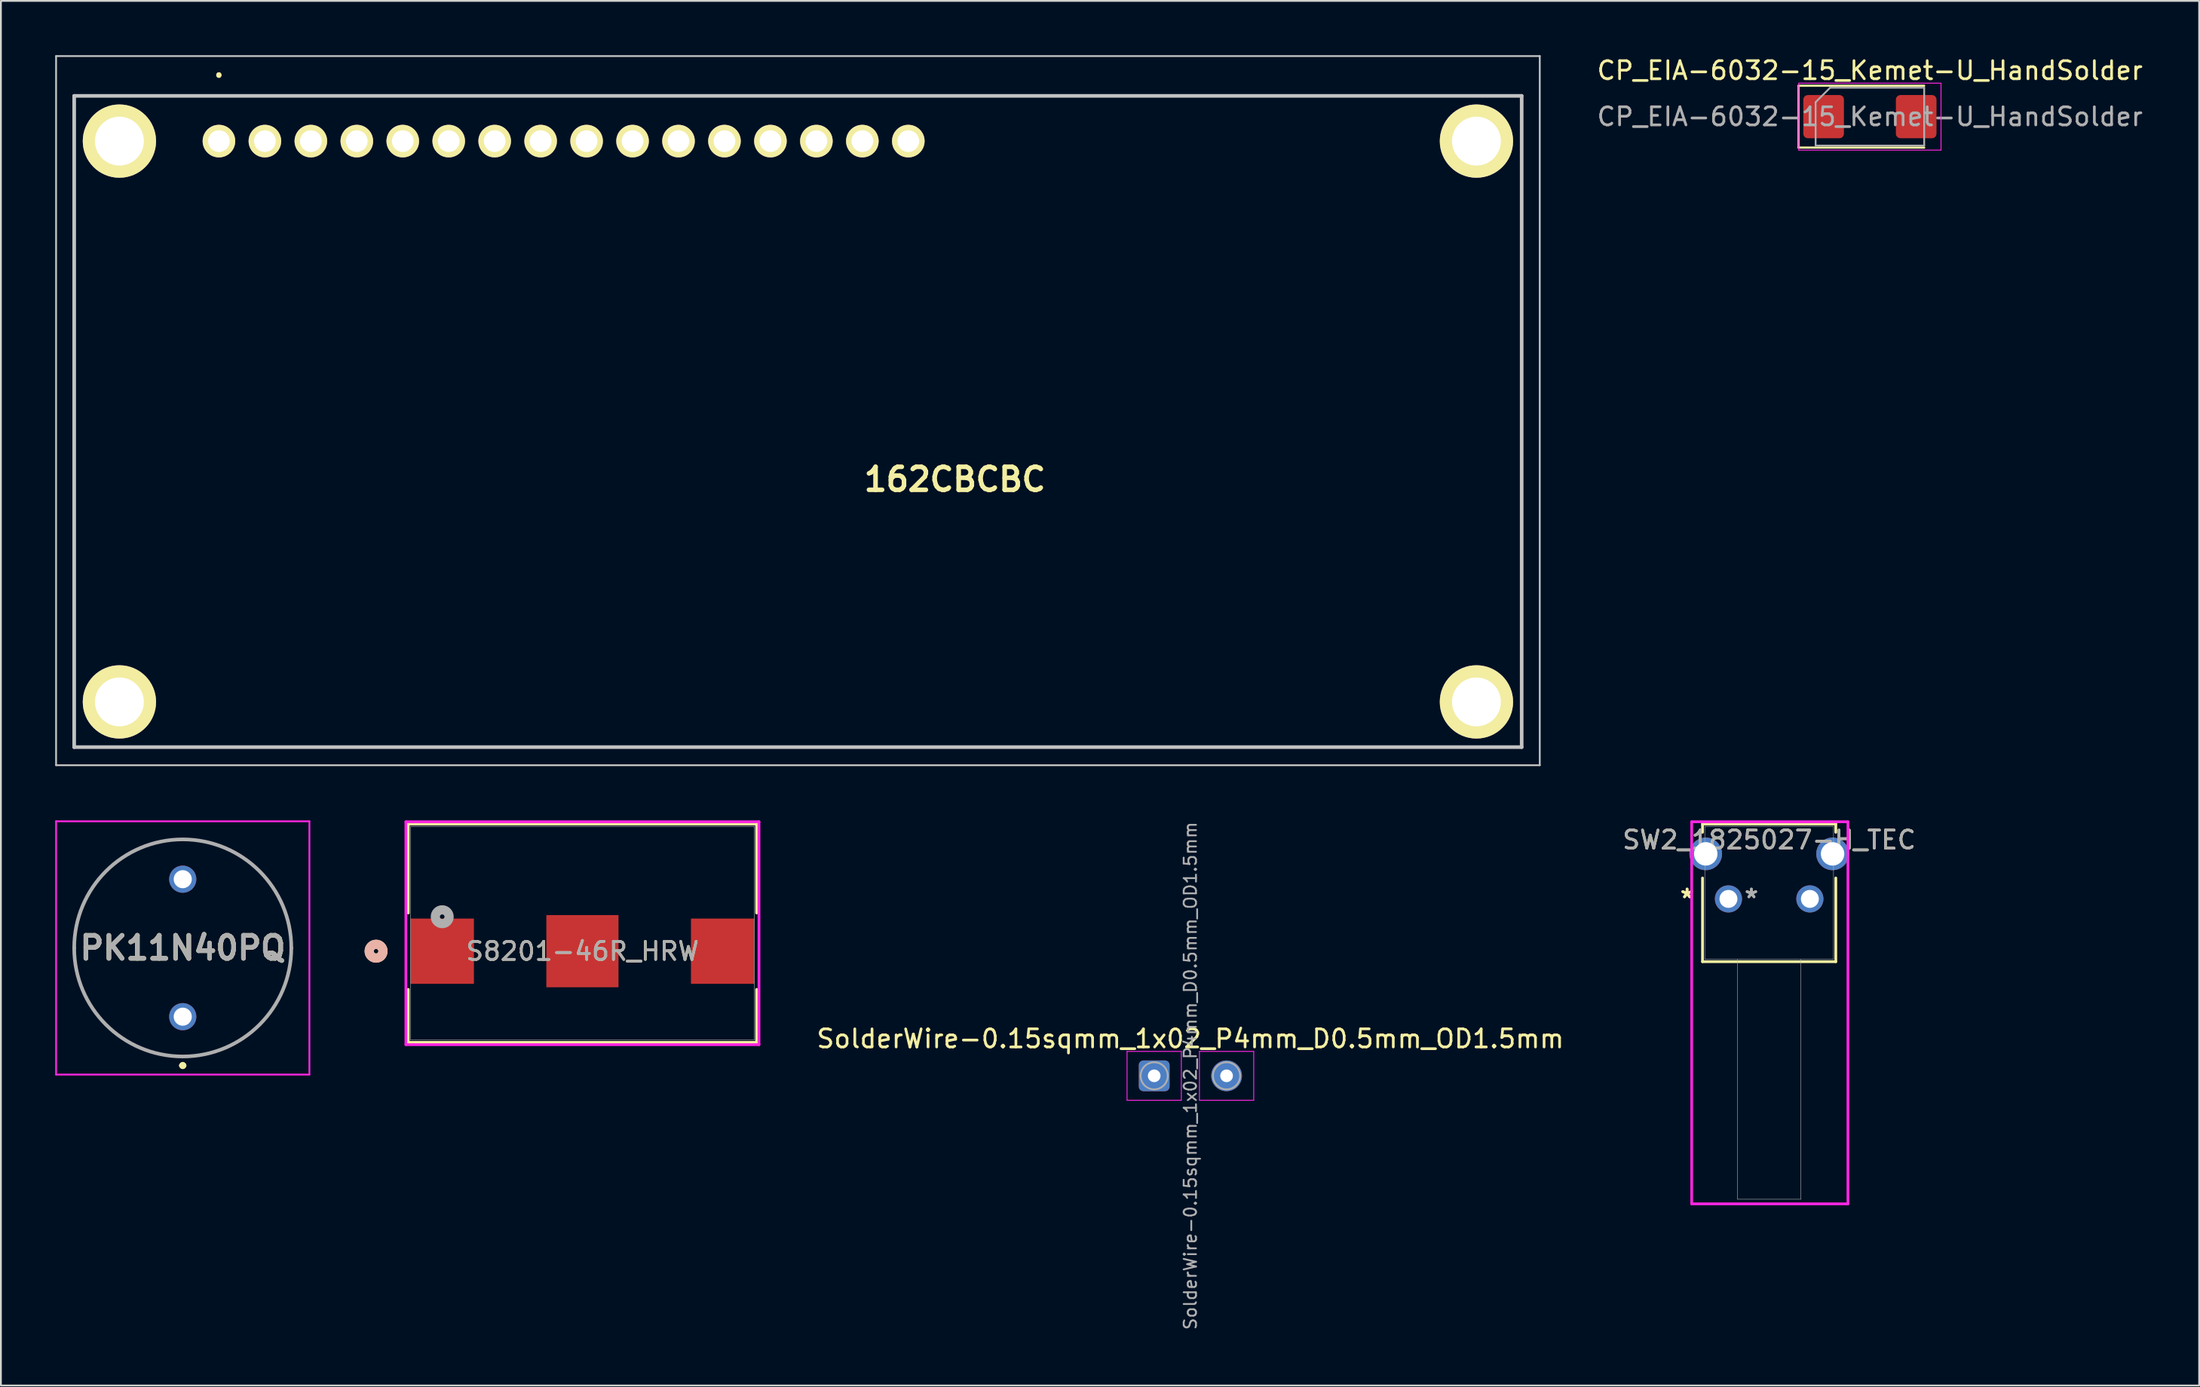
<source format=kicad_pcb>
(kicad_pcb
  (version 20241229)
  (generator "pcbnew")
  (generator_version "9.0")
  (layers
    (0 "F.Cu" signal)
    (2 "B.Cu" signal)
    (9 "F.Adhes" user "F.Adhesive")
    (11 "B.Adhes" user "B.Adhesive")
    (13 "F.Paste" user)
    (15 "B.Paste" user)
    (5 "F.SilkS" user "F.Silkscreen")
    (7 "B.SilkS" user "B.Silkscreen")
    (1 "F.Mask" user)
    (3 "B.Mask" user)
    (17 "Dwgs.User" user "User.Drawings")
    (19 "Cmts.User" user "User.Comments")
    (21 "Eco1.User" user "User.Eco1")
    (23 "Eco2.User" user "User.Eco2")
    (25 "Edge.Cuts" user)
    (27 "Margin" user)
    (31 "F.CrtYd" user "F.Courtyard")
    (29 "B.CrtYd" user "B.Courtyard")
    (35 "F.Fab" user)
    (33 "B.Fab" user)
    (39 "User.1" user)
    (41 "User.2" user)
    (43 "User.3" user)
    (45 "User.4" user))
  (footprint "CP_EIA-6032-15_Kemet-U_HandSolder"
    (layer "F.Cu")
    (at 100.296 3.398)
    (property "Reference" "CP_EIA-6032-15_Kemet-U_HandSolder" (at 0 -2.55 0) (layer "F.SilkS") (effects (font (size 1 1) (thickness 0.15))))
    (attr smd)
    (fp_line (start -3.94 -1.71) (end -3.94 1.71) (stroke (width 0.12) (type solid)) (layer "F.SilkS"))
    (fp_line (start -3.94 1.71) (end 3 1.71) (stroke (width 0.12) (type solid)) (layer "F.SilkS"))
    (fp_line (start 3 -1.71) (end -3.94 -1.71) (stroke (width 0.12) (type solid)) (layer "F.SilkS"))
    (fp_line (start -3.93 -1.85) (end 3.93 -1.85) (stroke (width 0.05) (type solid)) (layer "F.CrtYd"))
    (fp_line (start -3.93 1.85) (end -3.93 -1.85) (stroke (width 0.05) (type solid)) (layer "F.CrtYd"))
    (fp_line (start 3.93 -1.85) (end 3.93 1.85) (stroke (width 0.05) (type solid)) (layer "F.CrtYd"))
    (fp_line (start 3.93 1.85) (end -3.93 1.85) (stroke (width 0.05) (type solid)) (layer "F.CrtYd"))
    (fp_line (start -3 -0.8) (end -3 1.6) (stroke (width 0.1) (type solid)) (layer "F.Fab"))
    (fp_line (start -3 1.6) (end 3 1.6) (stroke (width 0.1) (type solid)) (layer "F.Fab"))
    (fp_line (start -2.2 -1.6) (end -3 -0.8) (stroke (width 0.1) (type solid)) (layer "F.Fab"))
    (fp_line (start 3 -1.6) (end -2.2 -1.6) (stroke (width 0.1) (type solid)) (layer "F.Fab"))
    (fp_line (start 3 1.6) (end 3 -1.6) (stroke (width 0.1) (type solid)) (layer "F.Fab"))
    (fp_text user "${REFERENCE}" (at 0 0 0) (layer "F.Fab") (effects (font (size 1 1) (thickness 0.15))))
    (pad "1" smd roundrect (at -2.558 0) (size 2.245 2.39) (layers "F.Cu" "F.Mask" "F.Paste") (roundrect_rratio 0.111))
    (pad "2" smd roundrect (at 2.558 0) (size 2.245 2.39) (layers "F.Cu" "F.Mask" "F.Paste") (roundrect_rratio 0.111)))
  (footprint "PK11N40PQ"
    (layer "F.Cu")
    (at 7.05 53.15)
    (property "Reference" "PK11N40PQ" (at 0 -3.8 180) (layer "F.SilkS") (effects (font (size 1.27 1.27) (thickness 0.254))))
    (attr through_hole)
    (fp_line (start -6 -3.8) (end -6 -3.8) (stroke (width 0.1) (type solid)) (layer "F.SilkS"))
    (fp_line (start -0.1 2.7) (end -0.1 2.7) (stroke (width 0.2) (type solid)) (layer "F.SilkS"))
    (fp_line (start 0.1 2.7) (end 0.1 2.7) (stroke (width 0.2) (type solid)) (layer "F.SilkS"))
    (fp_line (start 6 -3.8) (end 6 -3.8) (stroke (width 0.1) (type solid)) (layer "F.SilkS"))
    (fp_arc (start -6 -3.8) (mid 0 -9.8) (end 6 -3.8) (stroke (width 0.1) (type solid)) (layer "F.SilkS"))
    (fp_arc (start -0.1 2.7) (mid 0 2.6) (end 0.1 2.7) (stroke (width 0.2) (type solid)) (layer "F.SilkS"))
    (fp_arc (start 0.1 2.7) (mid 0 2.8) (end -0.1 2.7) (stroke (width 0.2) (type solid)) (layer "F.SilkS"))
    (fp_arc (start 6 -3.8) (mid 0 2.2) (end -6 -3.8) (stroke (width 0.1) (type solid)) (layer "F.SilkS"))
    (fp_line (start -7 -10.8) (end 7 -10.8) (stroke (width 0.1) (type solid)) (layer "F.CrtYd"))
    (fp_line (start -7 3.2) (end -7 -10.8) (stroke (width 0.1) (type solid)) (layer "F.CrtYd"))
    (fp_line (start 7 -10.8) (end 7 3.2) (stroke (width 0.1) (type solid)) (layer "F.CrtYd"))
    (fp_line (start 7 3.2) (end -7 3.2) (stroke (width 0.1) (type solid)) (layer "F.CrtYd"))
    (fp_line (start -6 -3.8) (end -6 -3.8) (stroke (width 0.2) (type solid)) (layer "F.Fab"))
    (fp_line (start 6 -3.8) (end 6 -3.8) (stroke (width 0.2) (type solid)) (layer "F.Fab"))
    (fp_arc (start -6 -3.8) (mid 0 -9.8) (end 6 -3.8) (stroke (width 0.2) (type solid)) (layer "F.Fab"))
    (fp_arc (start 6 -3.8) (mid 0 2.2) (end -6 -3.8) (stroke (width 0.2) (type solid)) (layer "F.Fab"))
    (fp_text user "${REFERENCE}" (at 0 -3.8 180) (layer "F.Fab") (effects (font (size 1.27 1.27) (thickness 0.254))))
    (pad "1" thru_hole circle (at 0 0) (size 1.5 1.5) (drill 1) (layers "*.Cu" "*.Mask"))
    (pad "2" thru_hole circle (at 0 -7.6) (size 1.5 1.5) (drill 1) (layers "*.Cu" "*.Mask")))
  (footprint "162CBCBC"
    (layer "F.Cu")
    (at 1.05 2.25)
    (property "Reference" "162CBCBC" (at 48.674 21.2 0) (layer "F.SilkS") (effects (font (size 1.27 1.27) (thickness 0.254))))
    (attr through_hole exclude_from_pos_files)
    (fp_line (start 0 0) (end 80 0) (stroke (width 0.1) (type solid)) (layer "F.SilkS"))
    (fp_line (start 0 36) (end 0 0) (stroke (width 0.1) (type solid)) (layer "F.SilkS"))
    (fp_line (start 8 -1.2) (end 8 -1.2) (stroke (width 0.2) (type solid)) (layer "F.SilkS"))
    (fp_line (start 8 -1.2) (end 8 -1.2) (stroke (width 0.2) (type solid)) (layer "F.SilkS"))
    (fp_line (start 8 -1.1) (end 8 -1.1) (stroke (width 0.2) (type solid)) (layer "F.SilkS"))
    (fp_line (start 80 0) (end 80 36) (stroke (width 0.1) (type solid)) (layer "F.SilkS"))
    (fp_line (start 80 36) (end 0 36) (stroke (width 0.1) (type solid)) (layer "F.SilkS"))
    (fp_arc (start 8 -1.2) (mid 8.05 -1.15) (end 8 -1.1) (stroke (width 0.2) (type solid)) (layer "F.SilkS"))
    (fp_arc (start 8 -1.1) (mid 7.95 -1.15) (end 8 -1.2) (stroke (width 0.2) (type solid)) (layer "F.SilkS"))
    (fp_arc (start 8 -1.1) (mid 7.95 -1.15) (end 8 -1.2) (stroke (width 0.2) (type solid)) (layer "F.SilkS"))
    (fp_line (start -1 -2.2) (end 81 -2.2) (stroke (width 0.1) (type solid)) (layer "Dwgs.User"))
    (fp_line (start -1 37) (end -1 -2.2) (stroke (width 0.1) (type solid)) (layer "Dwgs.User"))
    (fp_line (start 0 0) (end 0 36) (stroke (width 0.2) (type solid)) (layer "Dwgs.User"))
    (fp_line (start 0 36) (end 80 36) (stroke (width 0.2) (type solid)) (layer "Dwgs.User"))
    (fp_line (start 80 0) (end 0 0) (stroke (width 0.2) (type solid)) (layer "Dwgs.User"))
    (fp_line (start 80 36) (end 80 0) (stroke (width 0.2) (type solid)) (layer "Dwgs.User"))
    (fp_line (start 81 -2.2) (end 81 37) (stroke (width 0.1) (type solid)) (layer "Dwgs.User"))
    (fp_line (start 81 37) (end -1 37) (stroke (width 0.1) (type solid)) (layer "Dwgs.User"))
    (pad "1" thru_hole circle (at 8 2.5 90) (size 1.8 1.8) (drill 1.2) (layers "*.Cu" "*.Mask" "F.SilkS"))
    (pad "2" thru_hole circle (at 10.54 2.5 90) (size 1.8 1.8) (drill 1.2) (layers "*.Cu" "*.Mask" "F.SilkS"))
    (pad "3" thru_hole circle (at 13.08 2.5 90) (size 1.8 1.8) (drill 1.2) (layers "*.Cu" "*.Mask" "F.SilkS"))
    (pad "4" thru_hole circle (at 15.62 2.5 90) (size 1.8 1.8) (drill 1.2) (layers "*.Cu" "*.Mask" "F.SilkS"))
    (pad "5" thru_hole circle (at 18.16 2.5 90) (size 1.8 1.8) (drill 1.2) (layers "*.Cu" "*.Mask" "F.SilkS"))
    (pad "6" thru_hole circle (at 20.7 2.5 90) (size 1.8 1.8) (drill 1.2) (layers "*.Cu" "*.Mask" "F.SilkS"))
    (pad "7" thru_hole circle (at 23.24 2.5 90) (size 1.8 1.8) (drill 1.2) (layers "*.Cu" "*.Mask" "F.SilkS"))
    (pad "8" thru_hole circle (at 25.78 2.5 90) (size 1.8 1.8) (drill 1.2) (layers "*.Cu" "*.Mask" "F.SilkS"))
    (pad "9" thru_hole circle (at 28.32 2.5 90) (size 1.8 1.8) (drill 1.2) (layers "*.Cu" "*.Mask" "F.SilkS"))
    (pad "10" thru_hole circle (at 30.86 2.5 90) (size 1.8 1.8) (drill 1.2) (layers "*.Cu" "*.Mask" "F.SilkS"))
    (pad "11" thru_hole circle (at 33.4 2.5 90) (size 1.8 1.8) (drill 1.2) (layers "*.Cu" "*.Mask" "F.SilkS"))
    (pad "12" thru_hole circle (at 35.94 2.5 90) (size 1.8 1.8) (drill 1.2) (layers "*.Cu" "*.Mask" "F.SilkS"))
    (pad "13" thru_hole circle (at 38.48 2.5 90) (size 1.8 1.8) (drill 1.2) (layers "*.Cu" "*.Mask" "F.SilkS"))
    (pad "14" thru_hole circle (at 41.02 2.5 90) (size 1.8 1.8) (drill 1.2) (layers "*.Cu" "*.Mask" "F.SilkS"))
    (pad "15" thru_hole circle (at 43.56 2.5 90) (size 1.8 1.8) (drill 1.2) (layers "*.Cu" "*.Mask" "F.SilkS"))
    (pad "16" thru_hole circle (at 46.1 2.5 90) (size 1.8 1.8) (drill 1.2) (layers "*.Cu" "*.Mask" "F.SilkS"))
    (pad "MH1" thru_hole circle (at 2.5 2.5 90) (size 4.05 4.05) (drill 2.7) (layers "*.Cu" "*.Mask" "F.SilkS"))
    (pad "MH2" thru_hole circle (at 77.5 2.5 90) (size 4.05 4.05) (drill 2.7) (layers "*.Cu" "*.Mask" "F.SilkS"))
    (pad "MH3" thru_hole circle (at 77.5 33.5 90) (size 4.05 4.05) (drill 2.7) (layers "*.Cu" "*.Mask" "F.SilkS"))
    (pad "MH4" thru_hole circle (at 2.5 33.5 90) (size 4.05 4.05) (drill 2.7) (layers "*.Cu" "*.Mask" "F.SilkS")))
  (footprint "S8201-46R_HRW"
    (layer "F.Cu")
    (at 29.14 48.536)
    (property "Reference" "S8201-46R_HRW" (at 0 0.994 0) (unlocked yes) (layer "F.SilkS") (effects (font (size 1 1) (thickness 0.15))))
    (attr smd)
    (fp_line (start -9.627 -6.032) (end -9.627 -1.118) (stroke (width 0.152) (type solid)) (layer "F.SilkS"))
    (fp_line (start -9.627 3.107) (end -9.627 6.032) (stroke (width 0.152) (type solid)) (layer "F.SilkS"))
    (fp_line (start -9.627 6.032) (end 9.627 6.032) (stroke (width 0.152) (type solid)) (layer "F.SilkS"))
    (fp_line (start 9.627 -6.032) (end -9.627 -6.032) (stroke (width 0.152) (type solid)) (layer "F.SilkS"))
    (fp_line (start 9.627 -1.118) (end 9.627 -6.032) (stroke (width 0.152) (type solid)) (layer "F.SilkS"))
    (fp_line (start 9.627 6.032) (end 9.627 3.107) (stroke (width 0.152) (type solid)) (layer "F.SilkS"))
    (fp_circle (center -11.405 0.994) (end -11.024 0.994) (stroke (width 0.508) (type solid)) (fill no) (layer "F.SilkS"))
    (fp_circle (center -11.405 0.994) (end -11.024 0.994) (stroke (width 0.508) (type solid)) (fill no) (layer "B.SilkS"))
    (fp_line (start -9.757 -6.16) (end -9.757 6.16) (stroke (width 0.152) (type solid)) (layer "F.CrtYd"))
    (fp_line (start -9.757 6.16) (end 9.757 6.16) (stroke (width 0.152) (type solid)) (layer "F.CrtYd"))
    (fp_line (start 9.757 -6.16) (end -9.757 -6.16) (stroke (width 0.152) (type solid)) (layer "F.CrtYd"))
    (fp_line (start 9.757 6.16) (end 9.757 -6.16) (stroke (width 0.152) (type solid)) (layer "F.CrtYd"))
    (fp_line (start -9.5 -5.905) (end -9.5 5.905) (stroke (width 0.025) (type solid)) (layer "F.Fab"))
    (fp_line (start -9.5 5.905) (end 9.5 5.905) (stroke (width 0.025) (type solid)) (layer "F.Fab"))
    (fp_line (start 9.5 -5.905) (end -9.5 -5.905) (stroke (width 0.025) (type solid)) (layer "F.Fab"))
    (fp_line (start 9.5 5.905) (end 9.5 -5.905) (stroke (width 0.025) (type solid)) (layer "F.Fab"))
    (fp_circle (center -7.75 -0.911) (end -7.369 -0.911) (stroke (width 0.508) (type solid)) (fill no) (layer "F.Fab"))
    (fp_text user "${REFERENCE}" (at 0 0.994 0) (unlocked yes) (layer "F.Fab") (effects (font (size 1 1) (thickness 0.15))))
    (pad "1" smd rect (at -7.75 0.994) (size 3.505 3.607) (layers "F.Cu" "F.Mask" "F.Paste"))
    (pad "2" smd rect (at 7.75 0.994) (size 3.505 3.607) (layers "F.Cu" "F.Mask" "F.Paste"))
    (pad "3" smd rect (at 0 0.994) (size 3.988 3.988) (layers "F.Cu" "F.Mask" "F.Paste")))
  (footprint "SW2_1825027-H_TEC"
    (layer "F.Cu")
    (at 92.478 46.64)
    (property "Reference" "SW2_1825027-H_TEC" (at 2.25 -3.261 0) (unlocked yes) (layer "F.SilkS") (effects (font (size 1 1) (thickness 0.15))))
    (attr through_hole)
    (fp_line (start -1.433 -4.137) (end -1.433 -3.683) (stroke (width 0.152) (type solid)) (layer "F.SilkS"))
    (fp_line (start -1.433 -1.156) (end -1.433 3.47) (stroke (width 0.152) (type solid)) (layer "F.SilkS"))
    (fp_line (start -1.433 3.47) (end 5.933 3.47) (stroke (width 0.152) (type solid)) (layer "F.SilkS"))
    (fp_line (start 5.933 -4.137) (end -1.433 -4.137) (stroke (width 0.152) (type solid)) (layer "F.SilkS"))
    (fp_line (start 5.933 -3.683) (end 5.933 -4.137) (stroke (width 0.152) (type solid)) (layer "F.SilkS"))
    (fp_line (start 5.933 3.47) (end 5.933 -1.156) (stroke (width 0.152) (type solid)) (layer "F.SilkS"))
    (fp_line (start -2.032 -4.264) (end -2.032 16.856) (stroke (width 0.152) (type solid)) (layer "F.CrtYd"))
    (fp_line (start -2.032 16.856) (end 6.604 16.856) (stroke (width 0.152) (type solid)) (layer "F.CrtYd"))
    (fp_line (start 6.604 -4.264) (end -2.032 -4.264) (stroke (width 0.152) (type solid)) (layer "F.CrtYd"))
    (fp_line (start 6.604 16.856) (end 6.604 -4.264) (stroke (width 0.152) (type solid)) (layer "F.CrtYd"))
    (fp_line (start -1.306 -4.01) (end -1.306 3.343) (stroke (width 0.025) (type solid)) (layer "F.Fab"))
    (fp_line (start -1.306 3.343) (end 5.806 3.343) (stroke (width 0.025) (type solid)) (layer "F.Fab"))
    (fp_line (start 0.497 3.343) (end 0.497 16.602) (stroke (width 0.025) (type solid)) (layer "F.Fab"))
    (fp_line (start 0.497 16.602) (end 4.003 16.602) (stroke (width 0.025) (type solid)) (layer "F.Fab"))
    (fp_line (start 4.003 3.343) (end 4.003 16.602) (stroke (width 0.025) (type solid)) (layer "F.Fab"))
    (fp_line (start 5.806 -4.01) (end -1.306 -4.01) (stroke (width 0.025) (type solid)) (layer "F.Fab"))
    (fp_line (start 5.806 3.343) (end 5.806 -4.01) (stroke (width 0.025) (type solid)) (layer "F.Fab"))
    (fp_text user "*" (at -2.286 0 180) (layer "F.SilkS") (effects (font (size 1 1) (thickness 0.15))))
    (fp_text user "*" (at -2.286 0 0) (unlocked yes) (layer "F.SilkS") (effects (font (size 1 1) (thickness 0.15))))
    (fp_text user "*" (at 1.27 0 180) (layer "F.Fab") (effects (font (size 1 1) (thickness 0.15))))
    (fp_text user "${REFERENCE}" (at 2.25 -3.261 0) (unlocked yes) (layer "F.Fab") (effects (font (size 1 1) (thickness 0.15))))
    (fp_text user "*" (at 1.27 0 0) (unlocked yes) (layer "F.Fab") (effects (font (size 1 1) (thickness 0.15))))
    (pad "1" thru_hole circle (at 0 0) (size 1.499 1.499) (drill 0.991) (layers "*.Cu" "*.Mask"))
    (pad "2" thru_hole circle (at 4.5 0) (size 1.499 1.499) (drill 0.991) (layers "*.Cu" "*.Mask"))
    (pad "3" thru_hole circle (at -1.255 -2.49) (size 1.803 1.803) (drill 1.295) (layers "*.Cu" "*.Mask"))
    (pad "4" thru_hole circle (at 5.755 -2.49) (size 1.803 1.803) (drill 1.295) (layers "*.Cu" "*.Mask")))
  (footprint "SolderWire-0.15sqmm_1x02_P4mm_D0.5mm_OD1.5mm"
    (layer "F.Cu")
    (at 60.74 56.419)
    (property "Reference" "SolderWire-0.15sqmm_1x02_P4mm_D0.5mm_OD1.5mm" (at 2 -2.05 180) (layer "F.SilkS") (effects (font (size 1 1) (thickness 0.15))))
    (attr exclude_from_pos_files)
    (fp_line (start -1.5 -1.35) (end -1.5 1.35) (stroke (width 0.05) (type solid)) (layer "F.CrtYd"))
    (fp_line (start -1.5 1.35) (end 1.5 1.35) (stroke (width 0.05) (type solid)) (layer "F.CrtYd"))
    (fp_line (start 1.5 -1.35) (end -1.5 -1.35) (stroke (width 0.05) (type solid)) (layer "F.CrtYd"))
    (fp_line (start 1.5 1.35) (end 1.5 -1.35) (stroke (width 0.05) (type solid)) (layer "F.CrtYd"))
    (fp_line (start 2.5 -1.35) (end 2.5 1.35) (stroke (width 0.05) (type solid)) (layer "F.CrtYd"))
    (fp_line (start 2.5 1.35) (end 5.5 1.35) (stroke (width 0.05) (type solid)) (layer "F.CrtYd"))
    (fp_line (start 5.5 -1.35) (end 2.5 -1.35) (stroke (width 0.05) (type solid)) (layer "F.CrtYd"))
    (fp_line (start 5.5 1.35) (end 5.5 -1.35) (stroke (width 0.05) (type solid)) (layer "F.CrtYd"))
    (fp_circle (center 0 0) (end 0.75 0) (stroke (width 0.1) (type solid)) (fill no) (layer "F.Fab"))
    (fp_circle (center 4 0) (end 4.75 0) (stroke (width 0.1) (type solid)) (fill no) (layer "F.Fab"))
    (fp_text user "${REFERENCE}" (at 2 0 270) (layer "F.Fab") (effects (font (size 0.68 0.68) (thickness 0.1))))
    (pad "1" thru_hole roundrect (at 0 0) (size 1.7 1.7) (drill 0.7) (layers "*.Cu" "*.Mask") (roundrect_rratio 0.147))
    (pad "2" thru_hole circle (at 4 0) (size 1.7 1.7) (drill 0.7) (layers "*.Cu" "*.Mask")))
  (gr_rect
    (start -3 -3)
    (end 118.493 73.538)
    (stroke (width 0.1) (type default))
    (fill no)
    (layer "Edge.Cuts")))
</source>
